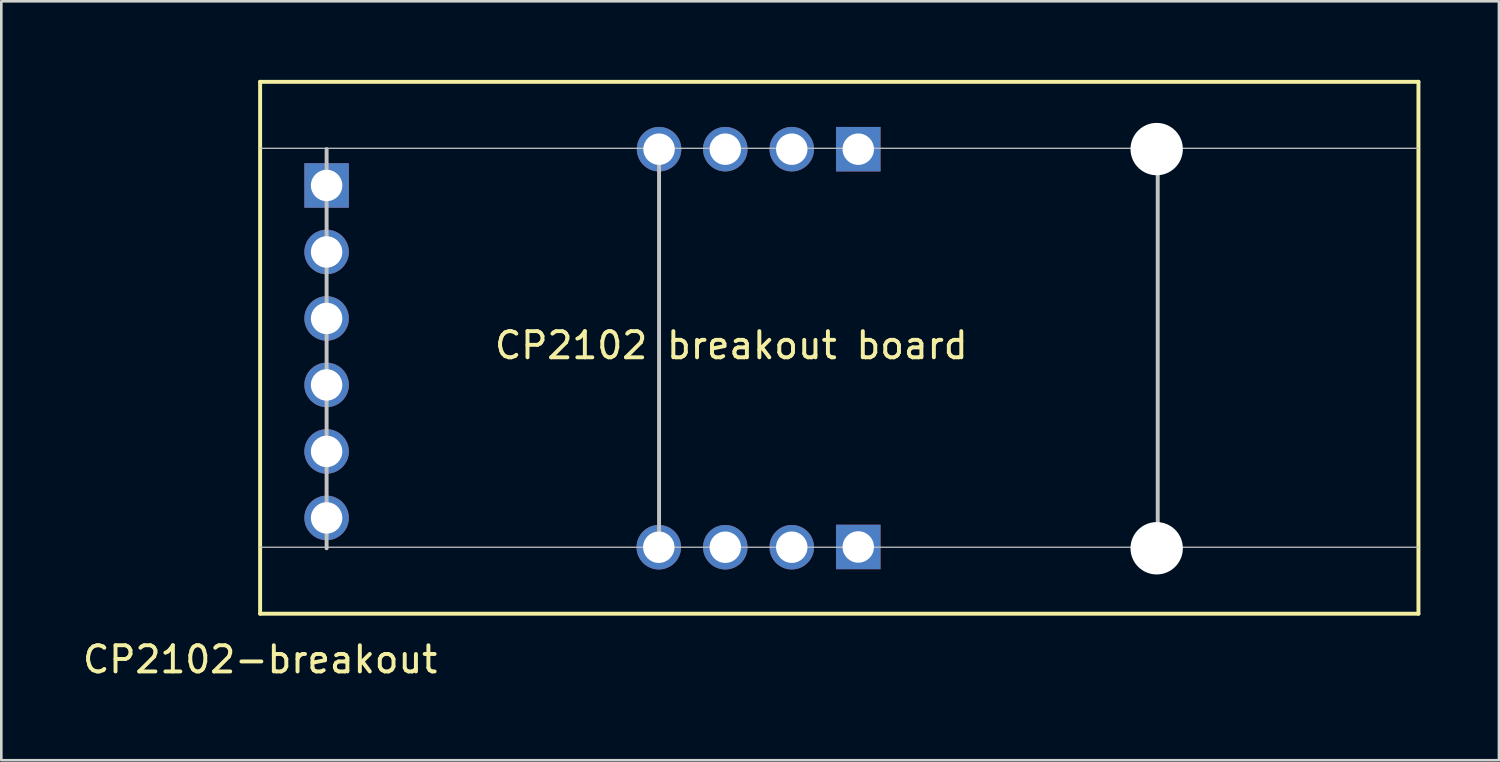
<source format=kicad_pcb>
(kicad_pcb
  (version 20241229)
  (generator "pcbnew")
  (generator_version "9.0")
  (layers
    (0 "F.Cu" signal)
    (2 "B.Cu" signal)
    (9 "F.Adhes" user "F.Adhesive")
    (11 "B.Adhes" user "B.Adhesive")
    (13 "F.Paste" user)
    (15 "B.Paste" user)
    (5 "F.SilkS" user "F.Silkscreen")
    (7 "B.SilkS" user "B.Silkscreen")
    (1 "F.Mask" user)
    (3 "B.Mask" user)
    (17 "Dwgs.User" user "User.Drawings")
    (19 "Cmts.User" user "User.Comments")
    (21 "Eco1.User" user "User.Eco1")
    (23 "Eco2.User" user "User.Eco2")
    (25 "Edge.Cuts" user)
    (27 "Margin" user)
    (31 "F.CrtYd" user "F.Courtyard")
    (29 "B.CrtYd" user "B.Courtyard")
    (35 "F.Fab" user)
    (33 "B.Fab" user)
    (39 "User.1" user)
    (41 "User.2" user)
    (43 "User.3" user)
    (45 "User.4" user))
  (footprint "CP2102-breakout"
    (layer "F.Cu")
    (at 6.887 20.395)
    (property "Reference" "CP2102-breakout" (at 0 1.75 0) (layer "F.SilkS") (effects (font (size 1 1) (thickness 0.15))))
    (attr through_hole)
    (fp_line (start 0 -20.32) (end 44.25 -20.32) (stroke (width 0.15) (type solid)) (layer "F.SilkS"))
    (fp_line (start 0 0) (end 0 -20.32) (stroke (width 0.15) (type solid)) (layer "F.SilkS"))
    (fp_line (start 44.25 -20.32) (end 44.25 0) (stroke (width 0.15) (type solid)) (layer "F.SilkS"))
    (fp_line (start 44.25 0) (end 0 0) (stroke (width 0.15) (type solid)) (layer "F.SilkS"))
    (fp_line (start 0 -17.78) (end 44.25 -17.78) (stroke (width 0.05) (type solid)) (layer "Dwgs.User"))
    (fp_line (start 0 -2.54) (end 44.25 -2.54) (stroke (width 0.05) (type solid)) (layer "Dwgs.User"))
    (fp_line (start 2.54 -2.5) (end 2.54 -17.75) (stroke (width 0.15) (type solid)) (layer "Dwgs.User"))
    (fp_line (start 15.24 -2.75) (end 15.24 -17.75) (stroke (width 0.15) (type solid)) (layer "Dwgs.User"))
    (fp_line (start 34.29 -2.5) (end 34.29 -17.75) (stroke (width 0.15) (type solid)) (layer "Dwgs.User"))
    (fp_text user "CP2102 breakout board" (at 18 -10.25 0) (layer "F.SilkS") (effects (font (size 1 1) (thickness 0.15))))
    (pad "" np_thru_hole circle (at 34.25 -17.75) (size 2 2) (drill 2) (layers "*.Cu" "*.Mask"))
    (pad "" np_thru_hole circle (at 34.25 -2.5) (size 2 2) (drill 2) (layers "*.Cu" "*.Mask"))
    (pad "1-1" thru_hole rect (at 22.85 -17.746) (size 1.7 1.7) (drill 1.2) (layers "*.Cu" "*.Mask"))
    (pad "1-2" thru_hole circle (at 20.31 -17.746) (size 1.7 1.7) (drill 1.2) (layers "*.Cu" "*.Mask"))
    (pad "1-3" thru_hole circle (at 17.77 -17.746) (size 1.7 1.7) (drill 1.2) (layers "*.Cu" "*.Mask"))
    (pad "1-4" thru_hole circle (at 15.24 -17.746) (size 1.7 1.7) (drill 1.2) (layers "*.Cu" "*.Mask"))
    (pad "2-1" thru_hole rect (at 22.85 -2.55) (size 1.7 1.7) (drill 1.2) (layers "*.Cu" "*.Mask"))
    (pad "2-2" thru_hole circle (at 20.31 -2.54) (size 1.7 1.7) (drill 1.2) (layers "*.Cu" "*.Mask"))
    (pad "2-3" thru_hole circle (at 17.77 -2.54) (size 1.7 1.7) (drill 1.2) (layers "*.Cu" "*.Mask"))
    (pad "2-4" thru_hole circle (at 15.23 -2.54) (size 1.7 1.7) (drill 1.2) (layers "*.Cu" "*.Mask"))
    (pad "3-1" thru_hole rect (at 2.54 -16.36) (size 1.7 1.7) (drill 1.2) (layers "*.Cu" "*.Mask"))
    (pad "3-2" thru_hole circle (at 2.54 -13.82) (size 1.7 1.7) (drill 1.2) (layers "*.Cu" "*.Mask"))
    (pad "3-3" thru_hole circle (at 2.54 -11.28) (size 1.7 1.7) (drill 1.2) (layers "*.Cu" "*.Mask"))
    (pad "3-4" thru_hole circle (at 2.54 -8.74) (size 1.7 1.7) (drill 1.2) (layers "*.Cu" "*.Mask"))
    (pad "3-5" thru_hole circle (at 2.54 -6.2) (size 1.7 1.7) (drill 1.2) (layers "*.Cu" "*.Mask"))
    (pad "3-6" thru_hole circle (at 2.54 -3.66) (size 1.7 1.7) (drill 1.2) (layers "*.Cu" "*.Mask")))
  (gr_rect
    (start -3 -3)
    (end 54.212 25.993)
    (stroke (width 0.1) (type default))
    (fill no)
    (layer "Edge.Cuts")))
</source>
